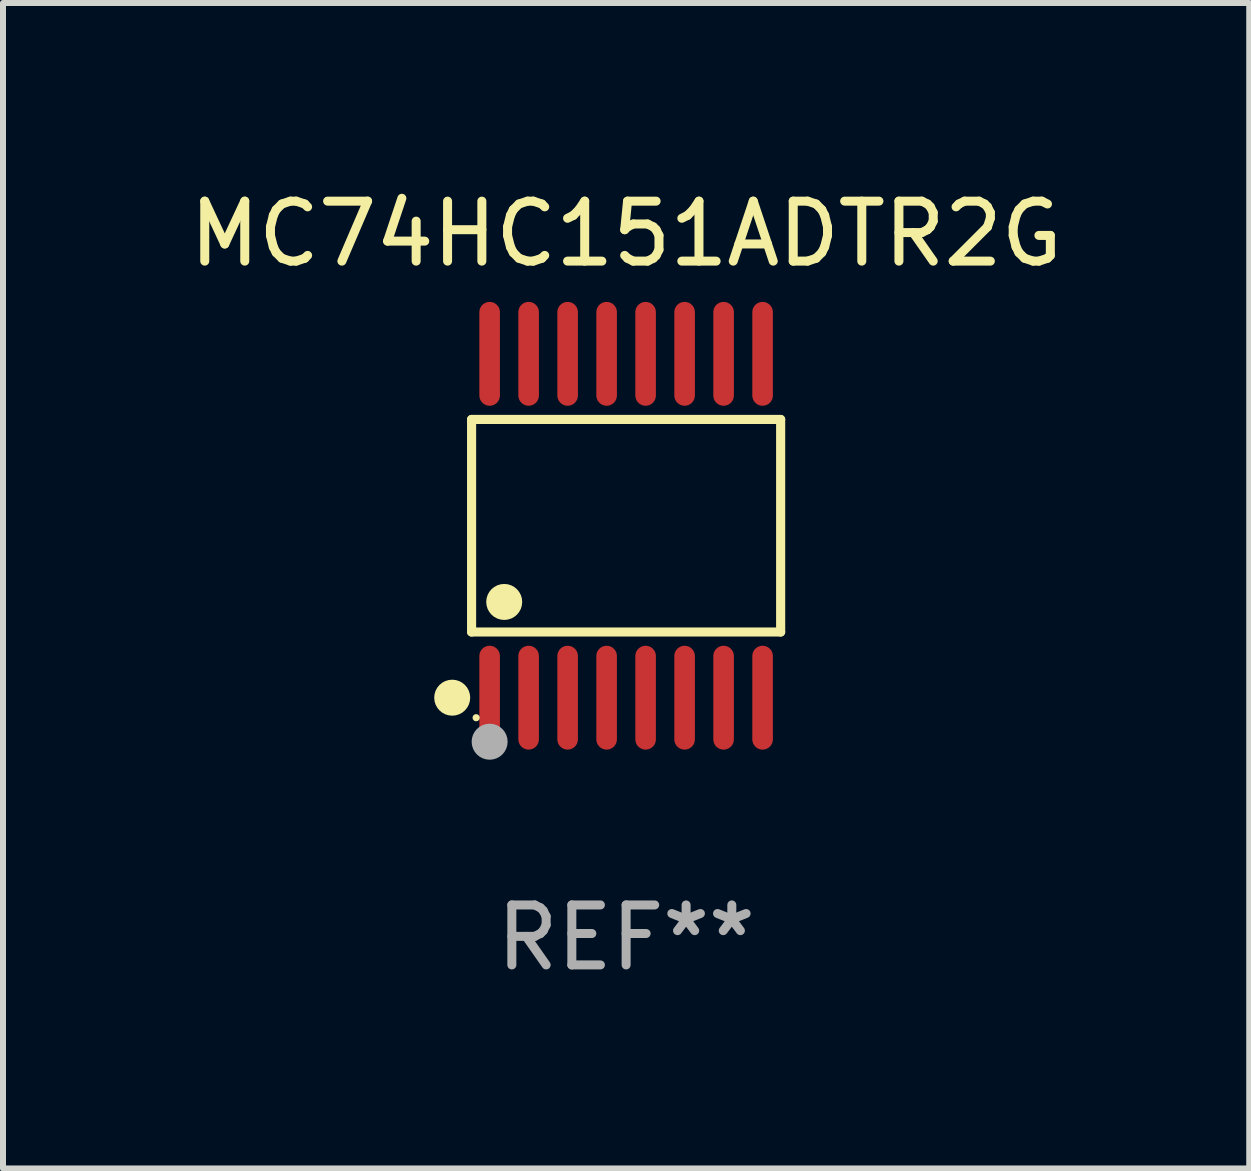
<source format=kicad_pcb>
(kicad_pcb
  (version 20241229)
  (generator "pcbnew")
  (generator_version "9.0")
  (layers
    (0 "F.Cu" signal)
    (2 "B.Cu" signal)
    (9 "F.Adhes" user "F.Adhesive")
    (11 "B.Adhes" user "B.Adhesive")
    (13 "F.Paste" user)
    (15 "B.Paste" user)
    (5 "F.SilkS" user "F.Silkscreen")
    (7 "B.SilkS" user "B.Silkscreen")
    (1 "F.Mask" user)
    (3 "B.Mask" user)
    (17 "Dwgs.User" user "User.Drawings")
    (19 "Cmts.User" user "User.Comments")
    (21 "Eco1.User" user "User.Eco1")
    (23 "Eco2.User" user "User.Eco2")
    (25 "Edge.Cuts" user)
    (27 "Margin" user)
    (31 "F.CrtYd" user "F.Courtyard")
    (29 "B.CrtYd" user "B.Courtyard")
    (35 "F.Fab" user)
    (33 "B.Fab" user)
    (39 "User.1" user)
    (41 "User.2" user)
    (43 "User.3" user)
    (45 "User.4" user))
  (footprint "MC74HC151ADTR2G"
    (layer "F.Cu")
    (at 7.387 5.714)
    (property "Reference" "MC74HC151ADTR2G" (at 0 -4.866 0) (layer "F.SilkS") (effects (font (size 1 1) (thickness 0.15))))
    (attr through_hole)
    (fp_line (start -2.576 -1.772) (end 2.576 -1.772) (stroke (width 0.152) (type solid)) (layer "F.SilkS"))
    (fp_line (start -2.576 1.771) (end -2.576 -1.772) (stroke (width 0.152) (type solid)) (layer "F.SilkS"))
    (fp_line (start 2.576 -1.772) (end 2.576 1.771) (stroke (width 0.152) (type solid)) (layer "F.SilkS"))
    (fp_line (start 2.576 1.771) (end -2.576 1.771) (stroke (width 0.152) (type solid)) (layer "F.SilkS"))
    (fp_circle (center -2.899 2.866) (end -2.749 2.866) (stroke (width 0.3) (type solid)) (fill no) (layer "F.SilkS"))
    (fp_circle (center -2.5 3.2) (end -2.47 3.2) (stroke (width 0.06) (type solid)) (fill no) (layer "F.SilkS"))
    (fp_circle (center -2.032 1.27) (end -1.882 1.27) (stroke (width 0.3) (type solid)) (fill no) (layer "F.SilkS"))
    (fp_circle (center -2.275 3.6) (end -2.125 3.6) (stroke (width 0.3) (type solid)) (fill no) (layer "F.Fab"))
    (fp_text user "REF**" (at 0 6.866 0) (layer "F.Fab") (effects (font (size 1 1) (thickness 0.15))))
    (pad "1" smd oval (at -2.275 2.866) (size 0.343 1.731) (layers "F.Cu" "F.Mask" "F.Paste"))
    (pad "2" smd oval (at -1.625 2.866) (size 0.343 1.731) (layers "F.Cu" "F.Mask" "F.Paste"))
    (pad "3" smd oval (at -0.975 2.866) (size 0.343 1.731) (layers "F.Cu" "F.Mask" "F.Paste"))
    (pad "4" smd oval (at -0.325 2.866) (size 0.343 1.731) (layers "F.Cu" "F.Mask" "F.Paste"))
    (pad "5" smd oval (at 0.325 2.866) (size 0.343 1.731) (layers "F.Cu" "F.Mask" "F.Paste"))
    (pad "6" smd oval (at 0.975 2.866) (size 0.343 1.731) (layers "F.Cu" "F.Mask" "F.Paste"))
    (pad "7" smd oval (at 1.625 2.866) (size 0.343 1.731) (layers "F.Cu" "F.Mask" "F.Paste"))
    (pad "8" smd oval (at 2.275 2.866) (size 0.343 1.731) (layers "F.Cu" "F.Mask" "F.Paste"))
    (pad "9" smd oval (at 2.275 -2.866) (size 0.343 1.731) (layers "F.Cu" "F.Mask" "F.Paste"))
    (pad "10" smd oval (at 1.625 -2.866) (size 0.343 1.731) (layers "F.Cu" "F.Mask" "F.Paste"))
    (pad "11" smd oval (at 0.975 -2.866) (size 0.343 1.731) (layers "F.Cu" "F.Mask" "F.Paste"))
    (pad "12" smd oval (at 0.325 -2.866) (size 0.343 1.731) (layers "F.Cu" "F.Mask" "F.Paste"))
    (pad "13" smd oval (at -0.325 -2.866) (size 0.343 1.731) (layers "F.Cu" "F.Mask" "F.Paste"))
    (pad "14" smd oval (at -0.975 -2.866) (size 0.343 1.731) (layers "F.Cu" "F.Mask" "F.Paste"))
    (pad "15" smd oval (at -1.625 -2.866) (size 0.343 1.731) (layers "F.Cu" "F.Mask" "F.Paste"))
    (pad "16" smd oval (at -2.275 -2.866) (size 0.343 1.731) (layers "F.Cu" "F.Mask" "F.Paste")))
  (gr_rect
    (start -3 -3)
    (end 17.774 16.428)
    (stroke (width 0.1) (type default))
    (fill no)
    (layer "Edge.Cuts")))
</source>
